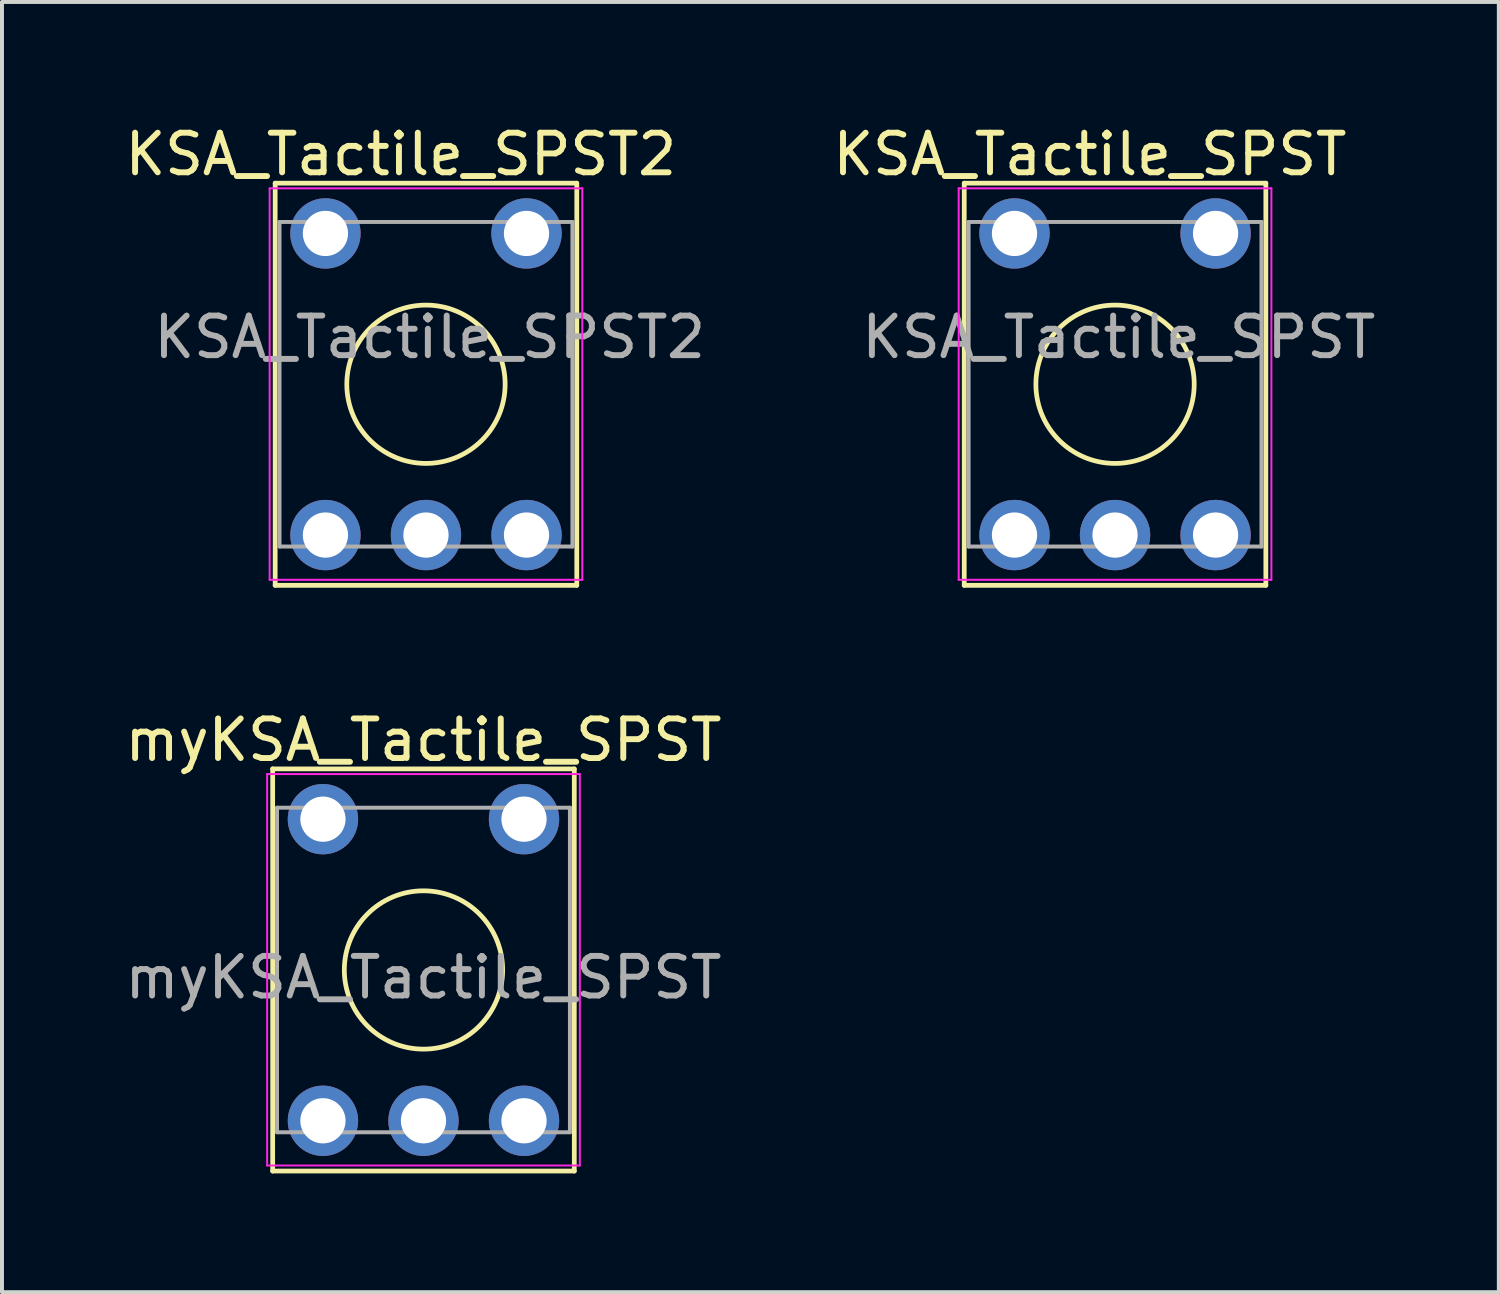
<source format=kicad_pcb>
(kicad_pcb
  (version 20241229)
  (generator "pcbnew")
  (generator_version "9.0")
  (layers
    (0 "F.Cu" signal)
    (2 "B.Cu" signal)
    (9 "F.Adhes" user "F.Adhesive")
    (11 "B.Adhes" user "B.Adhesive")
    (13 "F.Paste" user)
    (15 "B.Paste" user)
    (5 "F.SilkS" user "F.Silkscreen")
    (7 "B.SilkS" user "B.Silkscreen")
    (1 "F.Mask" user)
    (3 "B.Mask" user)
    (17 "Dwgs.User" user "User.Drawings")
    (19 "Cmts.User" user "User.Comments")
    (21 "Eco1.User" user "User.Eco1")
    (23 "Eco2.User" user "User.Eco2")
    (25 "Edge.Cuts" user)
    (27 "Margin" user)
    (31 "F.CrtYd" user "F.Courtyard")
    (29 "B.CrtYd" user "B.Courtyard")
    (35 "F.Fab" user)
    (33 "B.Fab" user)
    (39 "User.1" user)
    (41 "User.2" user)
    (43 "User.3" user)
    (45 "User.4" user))
  (footprint "KSA_Tactile_SPST2"
    (layer "F.Cu")
    (at 7.807 6.598)
    (property "Reference" "KSA_Tactile_SPST2" (at -0.73 -5.75 0) (layer "F.SilkS") (effects (font (size 1 1) (thickness 0.15))))
    (attr through_hole)
    (fp_line (start -3.905 -5.02) (end -3.905 5.14) (stroke (width 0.12) (type solid)) (layer "F.SilkS"))
    (fp_line (start -3.905 -5.02) (end 3.715 -5.02) (stroke (width 0.12) (type solid)) (layer "F.SilkS"))
    (fp_line (start -3.905 5.14) (end 3.715 5.14) (stroke (width 0.12) (type solid)) (layer "F.SilkS"))
    (fp_line (start 3.715 5.14) (end 3.715 -5.02) (stroke (width 0.12) (type solid)) (layer "F.SilkS"))
    (fp_circle (center -0.095 0.06) (end -2.095 0.06) (stroke (width 0.12) (type solid)) (fill no) (layer "F.SilkS"))
    (fp_line (start -4.045 -4.89) (end -4.045 5) (stroke (width 0.05) (type solid)) (layer "F.CrtYd"))
    (fp_line (start -4.045 -4.89) (end 3.855 -4.89) (stroke (width 0.05) (type solid)) (layer "F.CrtYd"))
    (fp_line (start 3.855 5) (end -4.045 5) (stroke (width 0.05) (type solid)) (layer "F.CrtYd"))
    (fp_line (start 3.855 5) (end 3.855 -4.89) (stroke (width 0.05) (type solid)) (layer "F.CrtYd"))
    (fp_line (start -3.795 4.16) (end -3.795 -4.04) (stroke (width 0.1) (type solid)) (layer "F.Fab"))
    (fp_line (start -3.795 4.16) (end 3.605 4.16) (stroke (width 0.1) (type solid)) (layer "F.Fab"))
    (fp_line (start 3.605 -4.04) (end -3.795 -4.04) (stroke (width 0.1) (type solid)) (layer "F.Fab"))
    (fp_line (start 3.605 4.16) (end 3.605 -4.04) (stroke (width 0.1) (type solid)) (layer "F.Fab"))
    (fp_text user "${REFERENCE}" (at 0 -1.13 0) (layer "F.Fab") (effects (font (size 1 1) (thickness 0.15))))
    (pad "1" thru_hole circle (at -2.635 3.87) (size 1.778 1.778) (drill 1.143) (layers "*.Cu" "*.Mask"))
    (pad "2" thru_hole circle (at -0.095 3.87) (size 1.778 1.778) (drill 1.143) (layers "*.Cu" "*.Mask"))
    (pad "3" thru_hole circle (at 2.445 3.87) (size 1.778 1.778) (drill 1.143) (layers "*.Cu" "*.Mask"))
    (pad "4" thru_hole circle (at 2.445 -3.75) (size 1.778 1.778) (drill 1.143) (layers "*.Cu" "*.Mask"))
    (pad "5" thru_hole circle (at -2.635 -3.75) (size 1.778 1.778) (drill 1.143) (layers "*.Cu" "*.Mask")))
  (footprint "KSA_Tactile_SPST"
    (layer "F.Cu")
    (at 25.176 6.78)
    (property "Reference" "KSA_Tactile_SPST" (at -0.69 -5.932 0) (layer "F.SilkS") (effects (font (size 1 1) (thickness 0.15))))
    (attr through_hole)
    (fp_line (start -3.865 -5.202) (end -3.865 4.958) (stroke (width 0.12) (type solid)) (layer "F.SilkS"))
    (fp_line (start -3.865 -5.202) (end 3.755 -5.202) (stroke (width 0.12) (type solid)) (layer "F.SilkS"))
    (fp_line (start -3.865 4.958) (end 3.755 4.958) (stroke (width 0.12) (type solid)) (layer "F.SilkS"))
    (fp_line (start 3.755 4.958) (end 3.755 -5.202) (stroke (width 0.12) (type solid)) (layer "F.SilkS"))
    (fp_circle (center -0.055 -0.122) (end -2.055 -0.122) (stroke (width 0.12) (type solid)) (fill no) (layer "F.SilkS"))
    (fp_line (start -4.005 -5.072) (end -4.005 4.818) (stroke (width 0.05) (type solid)) (layer "F.CrtYd"))
    (fp_line (start -4.005 -5.072) (end 3.895 -5.072) (stroke (width 0.05) (type solid)) (layer "F.CrtYd"))
    (fp_line (start 3.895 4.818) (end -4.005 4.818) (stroke (width 0.05) (type solid)) (layer "F.CrtYd"))
    (fp_line (start 3.895 4.818) (end 3.895 -5.072) (stroke (width 0.05) (type solid)) (layer "F.CrtYd"))
    (fp_line (start -3.755 3.978) (end -3.755 -4.222) (stroke (width 0.1) (type solid)) (layer "F.Fab"))
    (fp_line (start -3.755 3.978) (end 3.645 3.978) (stroke (width 0.1) (type solid)) (layer "F.Fab"))
    (fp_line (start 3.645 -4.222) (end -3.755 -4.222) (stroke (width 0.1) (type solid)) (layer "F.Fab"))
    (fp_line (start 3.645 3.978) (end 3.645 -4.222) (stroke (width 0.1) (type solid)) (layer "F.Fab"))
    (fp_text user "${REFERENCE}" (at 0.04 -1.312 0) (layer "F.Fab") (effects (font (size 1 1) (thickness 0.15))))
    (pad "1" thru_hole circle (at -2.595 -3.932) (size 1.778 1.778) (drill 1.143) (layers "*.Cu" "*.Mask"))
    (pad "2" thru_hole circle (at 2.485 -3.932) (size 1.778 1.778) (drill 1.143) (layers "*.Cu" "*.Mask"))
    (pad "3" thru_hole circle (at 2.485 3.688) (size 1.778 1.778) (drill 1.143) (layers "*.Cu" "*.Mask"))
    (pad "4" thru_hole circle (at -0.055 3.688) (size 1.778 1.778) (drill 1.143) (layers "*.Cu" "*.Mask"))
    (pad "5" thru_hole circle (at -2.595 3.688) (size 1.778 1.778) (drill 1.143) (layers "*.Cu" "*.Mask")))
  (footprint "myKSA_Tactile_SPST"
    (layer "F.Cu")
    (at 7.649 21.456)
    (property "Reference" "myKSA_Tactile_SPST" (at 0 -5.81 0) (layer "F.SilkS") (effects (font (size 1 1) (thickness 0.15))))
    (attr through_hole)
    (fp_line (start -3.81 -5.08) (end -3.81 5.08) (stroke (width 0.12) (type solid)) (layer "F.SilkS"))
    (fp_line (start -3.81 -5.08) (end 3.81 -5.08) (stroke (width 0.12) (type solid)) (layer "F.SilkS"))
    (fp_line (start -3.81 5.08) (end 3.81 5.08) (stroke (width 0.12) (type solid)) (layer "F.SilkS"))
    (fp_line (start 3.81 5.08) (end 3.81 -5.08) (stroke (width 0.12) (type solid)) (layer "F.SilkS"))
    (fp_circle (center 0 0) (end -2 0) (stroke (width 0.12) (type solid)) (fill no) (layer "F.SilkS"))
    (fp_line (start -3.95 -4.95) (end -3.95 4.94) (stroke (width 0.05) (type solid)) (layer "F.CrtYd"))
    (fp_line (start -3.95 -4.95) (end 3.95 -4.95) (stroke (width 0.05) (type solid)) (layer "F.CrtYd"))
    (fp_line (start 3.95 4.94) (end -3.95 4.94) (stroke (width 0.05) (type solid)) (layer "F.CrtYd"))
    (fp_line (start 3.95 4.94) (end 3.95 -4.95) (stroke (width 0.05) (type solid)) (layer "F.CrtYd"))
    (fp_line (start -3.7 4.1) (end -3.7 -4.1) (stroke (width 0.1) (type solid)) (layer "F.Fab"))
    (fp_line (start -3.7 4.1) (end 3.7 4.1) (stroke (width 0.1) (type solid)) (layer "F.Fab"))
    (fp_line (start 3.7 -4.1) (end -3.7 -4.1) (stroke (width 0.1) (type solid)) (layer "F.Fab"))
    (fp_line (start 3.7 4.1) (end 3.7 -4.1) (stroke (width 0.1) (type solid)) (layer "F.Fab"))
    (fp_text user "${REFERENCE}" (at 0 0.19 0) (layer "F.Fab") (effects (font (size 1 1) (thickness 0.15))))
    (pad "1" thru_hole circle (at -2.54 3.81) (size 1.778 1.778) (drill 1.143) (layers "*.Cu" "*.Mask"))
    (pad "2" thru_hole circle (at 0 3.81) (size 1.778 1.778) (drill 1.143) (layers "*.Cu" "*.Mask"))
    (pad "3" thru_hole circle (at 2.54 3.81) (size 1.778 1.778) (drill 1.143) (layers "*.Cu" "*.Mask"))
    (pad "4" thru_hole circle (at 2.54 -3.81) (size 1.778 1.778) (drill 1.143) (layers "*.Cu" "*.Mask"))
    (pad "5" thru_hole circle (at -2.54 -3.81) (size 1.778 1.778) (drill 1.143) (layers "*.Cu" "*.Mask")))
  (gr_rect
    (start -3 -3)
    (end 34.817 29.596)
    (stroke (width 0.1) (type default))
    (fill no)
    (layer "Edge.Cuts")))
</source>
